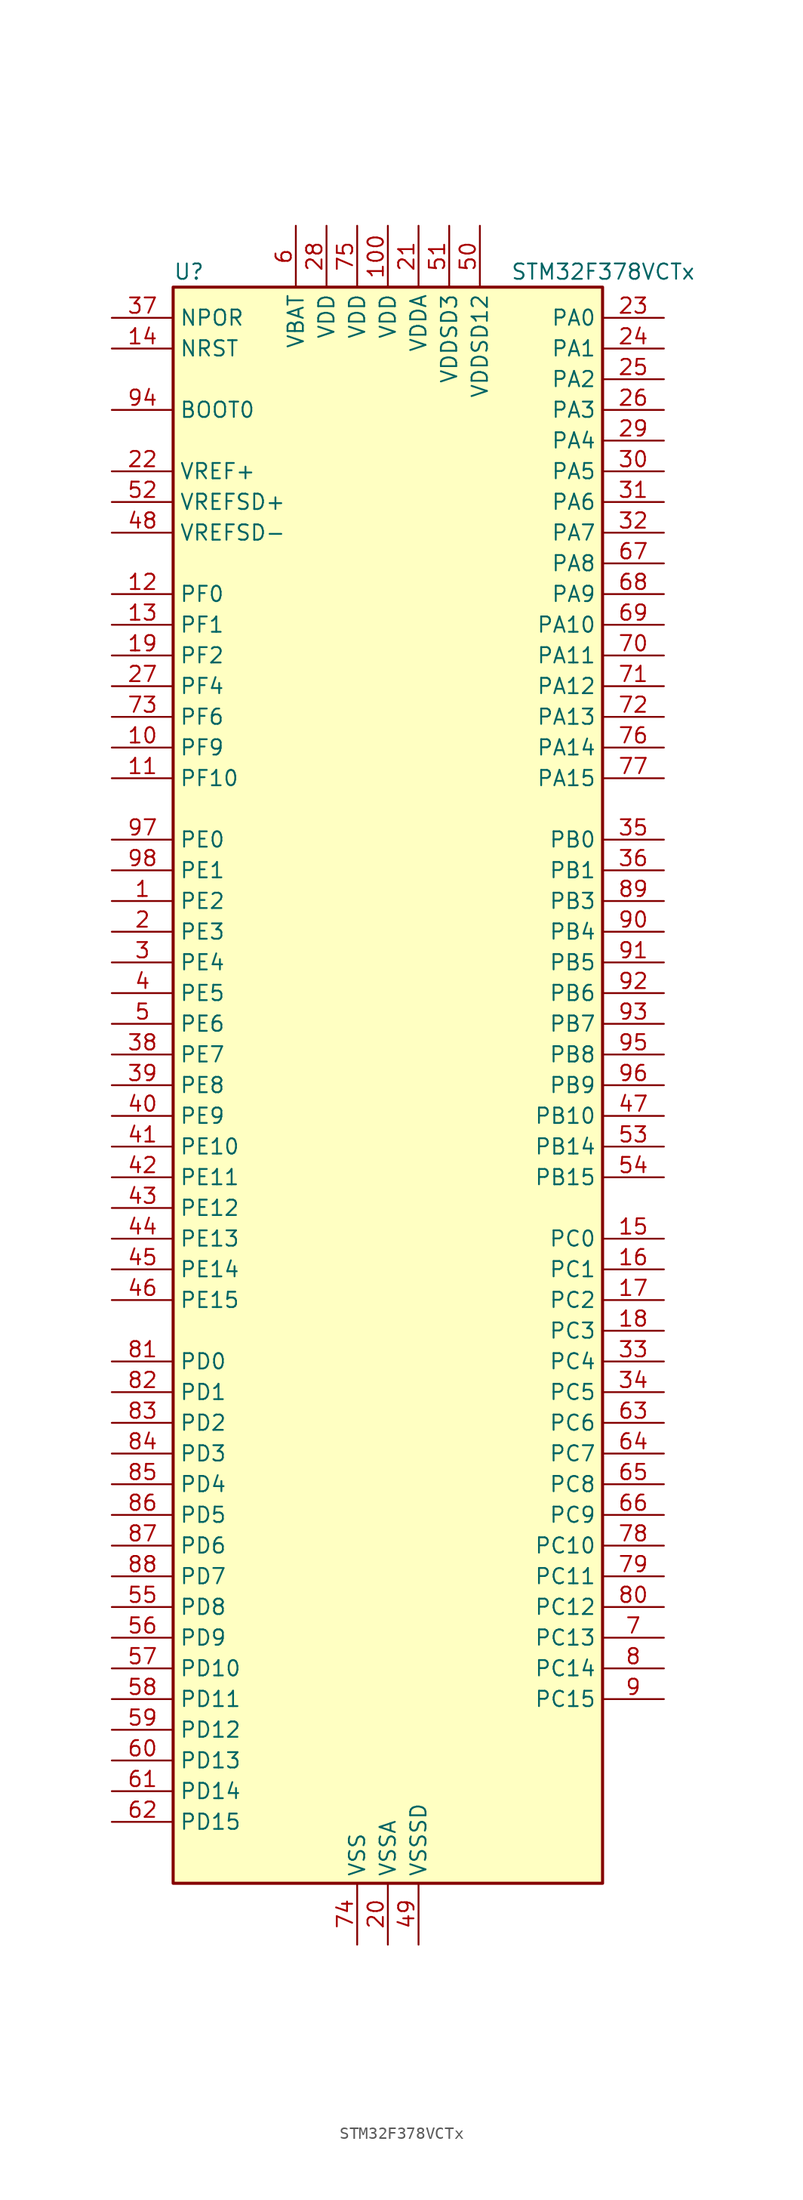
<source format=kicad_sym>
(kicad_symbol_lib
  (version 20231120)
  (generator "kicad_symbol_editor")
  (generator_version "8.0")
  (symbol "STM32F378VCTx"
    (property "Reference" "U"
      (at -17.78 67.31 0)
      (effects (font (size 1.27 1.27)) (justify left)))
    (property "Value" "STM32F378VCTx"
      (at 10.16 67.31 0)
      (effects (font (size 1.27 1.27)) (justify left)))
    (property "ki_locked" ""
      (at 0 0 0)
      (effects (font (size 1.27 1.27))))
    (symbol "STM32F378VCTx_0_1"
      (rectangle (start -17.78 -66.04) (end 17.78 66.04) (stroke (width 0.254) (type default)) (fill (type background))))
    (symbol "STM32F378VCTx_1_1"
      (pin bidirectional line (at -22.86 15.24 0) (length 5.08) (name "PE2" (effects (font (size 1.27 1.27)))) (number "1" (effects (font (size 1.27 1.27)))) (alternate "SYS_TRACECK" bidirectional line) (alternate "TSC_G7_IO1" bidirectional line))
      (pin bidirectional line (at -22.86 27.94 0) (length 5.08) (name "PF9" (effects (font (size 1.27 1.27)))) (number "10" (effects (font (size 1.27 1.27)))) (alternate "DAC1_EXTI9" bidirectional line) (alternate "DAC2_EXTI9" bidirectional line) (alternate "TIM14_CH1" bidirectional line))
      (pin power_in line (at 0 71.12 270) (length 5.08) (name "VDD" (effects (font (size 1.27 1.27)))) (number "100" (effects (font (size 1.27 1.27)))))
      (pin bidirectional line (at -22.86 25.4 0) (length 5.08) (name "PF10" (effects (font (size 1.27 1.27)))) (number "11" (effects (font (size 1.27 1.27)))))
      (pin bidirectional line (at -22.86 40.64 0) (length 5.08) (name "PF0" (effects (font (size 1.27 1.27)))) (number "12" (effects (font (size 1.27 1.27)))) (alternate "I2C2_SDA" bidirectional line) (alternate "RCC_OSC_IN" bidirectional line))
      (pin bidirectional line (at -22.86 38.1 0) (length 5.08) (name "PF1" (effects (font (size 1.27 1.27)))) (number "13" (effects (font (size 1.27 1.27)))) (alternate "I2C2_SCL" bidirectional line) (alternate "RCC_OSC_OUT" bidirectional line))
      (pin input line (at -22.86 60.96 0) (length 5.08) (name "NRST" (effects (font (size 1.27 1.27)))) (number "14" (effects (font (size 1.27 1.27)))))
      (pin bidirectional line (at 22.86 -12.7 180) (length 5.08) (name "PC0" (effects (font (size 1.27 1.27)))) (number "15" (effects (font (size 1.27 1.27)))) (alternate "ADC1_IN10" bidirectional line) (alternate "TIM5_CH1" bidirectional line) (alternate "TIM5_ETR" bidirectional line))
      (pin bidirectional line (at 22.86 -15.24 180) (length 5.08) (name "PC1" (effects (font (size 1.27 1.27)))) (number "16" (effects (font (size 1.27 1.27)))) (alternate "ADC1_IN11" bidirectional line) (alternate "TIM5_CH2" bidirectional line))
      (pin bidirectional line (at 22.86 -17.78 180) (length 5.08) (name "PC2" (effects (font (size 1.27 1.27)))) (number "17" (effects (font (size 1.27 1.27)))) (alternate "ADC1_IN12" bidirectional line) (alternate "I2S2_MCK" bidirectional line) (alternate "SPI2_MISO" bidirectional line) (alternate "TIM5_CH3" bidirectional line))
      (pin bidirectional line (at 22.86 -20.32 180) (length 5.08) (name "PC3" (effects (font (size 1.27 1.27)))) (number "18" (effects (font (size 1.27 1.27)))) (alternate "ADC1_IN13" bidirectional line) (alternate "I2S2_SD" bidirectional line) (alternate "SPI2_MOSI" bidirectional line) (alternate "TIM5_CH4" bidirectional line))
      (pin bidirectional line (at -22.86 35.56 0) (length 5.08) (name "PF2" (effects (font (size 1.27 1.27)))) (number "19" (effects (font (size 1.27 1.27)))) (alternate "I2C2_SMBA" bidirectional line))
      (pin bidirectional line (at -22.86 12.7 0) (length 5.08) (name "PE3" (effects (font (size 1.27 1.27)))) (number "2" (effects (font (size 1.27 1.27)))) (alternate "SYS_TRACED0" bidirectional line) (alternate "TSC_G7_IO2" bidirectional line))
      (pin power_in line (at 0 -71.12 90) (length 5.08) (name "VSSA" (effects (font (size 1.27 1.27)))) (number "20" (effects (font (size 1.27 1.27)))))
      (pin power_in line (at 2.54 71.12 270) (length 5.08) (name "VDDA" (effects (font (size 1.27 1.27)))) (number "21" (effects (font (size 1.27 1.27)))))
      (pin input line (at -22.86 50.8 0) (length 5.08) (name "VREF+" (effects (font (size 1.27 1.27)))) (number "22" (effects (font (size 1.27 1.27)))))
      (pin bidirectional line (at 22.86 63.5 180) (length 5.08) (name "PA0" (effects (font (size 1.27 1.27)))) (number "23" (effects (font (size 1.27 1.27)))) (alternate "ADC1_IN0" bidirectional line) (alternate "COMP1_INM" bidirectional line) (alternate "COMP1_OUT" bidirectional line) (alternate "RTC_TAMP2" bidirectional line) (alternate "SYS_WKUP1" bidirectional line) (alternate "TIM19_CH1" bidirectional line) (alternate "TIM2_CH1" bidirectional line) (alternate "TIM2_ETR" bidirectional line) (alternate "TIM5_CH1" bidirectional line) (alternate "TIM5_ETR" bidirectional line) (alternate "TSC_G1_IO1" bidirectional line) (alternate "USART2_CTS" bidirectional line))
      (pin bidirectional line (at 22.86 60.96 180) (length 5.08) (name "PA1" (effects (font (size 1.27 1.27)))) (number "24" (effects (font (size 1.27 1.27)))) (alternate "ADC1_IN1" bidirectional line) (alternate "COMP1_INP" bidirectional line) (alternate "I2S3_CK" bidirectional line) (alternate "RTC_REFIN" bidirectional line) (alternate "SPI3_SCK" bidirectional line) (alternate "TIM15_CH1N" bidirectional line) (alternate "TIM19_CH2" bidirectional line) (alternate "TIM2_CH2" bidirectional line) (alternate "TIM5_CH2" bidirectional line) (alternate "TSC_G1_IO2" bidirectional line) (alternate "USART2_DE" bidirectional line) (alternate "USART2_RTS" bidirectional line))
      (pin bidirectional line (at 22.86 58.42 180) (length 5.08) (name "PA2" (effects (font (size 1.27 1.27)))) (number "25" (effects (font (size 1.27 1.27)))) (alternate "ADC1_IN2" bidirectional line) (alternate "COMP2_INM" bidirectional line) (alternate "COMP2_OUT" bidirectional line) (alternate "I2S3_MCK" bidirectional line) (alternate "SPI3_MISO" bidirectional line) (alternate "TIM15_CH1" bidirectional line) (alternate "TIM19_CH3" bidirectional line) (alternate "TIM2_CH3" bidirectional line) (alternate "TIM5_CH3" bidirectional line) (alternate "TSC_G1_IO3" bidirectional line) (alternate "USART2_TX" bidirectional line))
      (pin bidirectional line (at 22.86 55.88 180) (length 5.08) (name "PA3" (effects (font (size 1.27 1.27)))) (number "26" (effects (font (size 1.27 1.27)))) (alternate "ADC1_IN3" bidirectional line) (alternate "COMP2_INP" bidirectional line) (alternate "I2S3_SD" bidirectional line) (alternate "SPI3_MOSI" bidirectional line) (alternate "TIM15_CH2" bidirectional line) (alternate "TIM19_CH4" bidirectional line) (alternate "TIM2_CH4" bidirectional line) (alternate "TIM5_CH4" bidirectional line) (alternate "TSC_G1_IO4" bidirectional line) (alternate "USART2_RX" bidirectional line))
      (pin bidirectional line (at -22.86 33.02 0) (length 5.08) (name "PF4" (effects (font (size 1.27 1.27)))) (number "27" (effects (font (size 1.27 1.27)))))
      (pin power_in line (at -5.08 71.12 270) (length 5.08) (name "VDD" (effects (font (size 1.27 1.27)))) (number "28" (effects (font (size 1.27 1.27)))))
      (pin bidirectional line (at 22.86 53.34 180) (length 5.08) (name "PA4" (effects (font (size 1.27 1.27)))) (number "29" (effects (font (size 1.27 1.27)))) (alternate "ADC1_IN4" bidirectional line) (alternate "DAC1_OUT1" bidirectional line) (alternate "I2S1_WS" bidirectional line) (alternate "I2S3_WS" bidirectional line) (alternate "SPI1_NSS" bidirectional line) (alternate "SPI3_NSS" bidirectional line) (alternate "TIM12_CH1" bidirectional line) (alternate "TIM3_CH2" bidirectional line) (alternate "TSC_G2_IO1" bidirectional line) (alternate "USART2_CK" bidirectional line))
      (pin bidirectional line (at -22.86 10.16 0) (length 5.08) (name "PE4" (effects (font (size 1.27 1.27)))) (number "3" (effects (font (size 1.27 1.27)))) (alternate "SYS_TRACED1" bidirectional line) (alternate "TSC_G7_IO3" bidirectional line))
      (pin bidirectional line (at 22.86 50.8 180) (length 5.08) (name "PA5" (effects (font (size 1.27 1.27)))) (number "30" (effects (font (size 1.27 1.27)))) (alternate "ADC1_IN5" bidirectional line) (alternate "CEC" bidirectional line) (alternate "DAC1_OUT2" bidirectional line) (alternate "I2S1_CK" bidirectional line) (alternate "SPI1_SCK" bidirectional line) (alternate "TIM12_CH2" bidirectional line) (alternate "TIM14_CH1" bidirectional line) (alternate "TIM2_CH1" bidirectional line) (alternate "TIM2_ETR" bidirectional line) (alternate "TSC_G2_IO2" bidirectional line))
      (pin bidirectional line (at 22.86 48.26 180) (length 5.08) (name "PA6" (effects (font (size 1.27 1.27)))) (number "31" (effects (font (size 1.27 1.27)))) (alternate "ADC1_IN6" bidirectional line) (alternate "COMP1_OUT" bidirectional line) (alternate "DAC2_OUT1" bidirectional line) (alternate "I2S1_MCK" bidirectional line) (alternate "SPI1_MISO" bidirectional line) (alternate "TIM13_CH1" bidirectional line) (alternate "TIM16_CH1" bidirectional line) (alternate "TIM3_CH1" bidirectional line) (alternate "TSC_G2_IO3" bidirectional line))
      (pin bidirectional line (at 22.86 45.72 180) (length 5.08) (name "PA7" (effects (font (size 1.27 1.27)))) (number "32" (effects (font (size 1.27 1.27)))) (alternate "ADC1_IN7" bidirectional line) (alternate "COMP2_OUT" bidirectional line) (alternate "I2S1_SD" bidirectional line) (alternate "SPI1_MOSI" bidirectional line) (alternate "TIM14_CH1" bidirectional line) (alternate "TIM17_CH1" bidirectional line) (alternate "TIM3_CH2" bidirectional line) (alternate "TSC_G2_IO4" bidirectional line))
      (pin bidirectional line (at 22.86 -22.86 180) (length 5.08) (name "PC4" (effects (font (size 1.27 1.27)))) (number "33" (effects (font (size 1.27 1.27)))) (alternate "ADC1_IN14" bidirectional line) (alternate "TIM13_CH1" bidirectional line) (alternate "TSC_G3_IO1" bidirectional line) (alternate "USART1_TX" bidirectional line))
      (pin bidirectional line (at 22.86 -25.4 180) (length 5.08) (name "PC5" (effects (font (size 1.27 1.27)))) (number "34" (effects (font (size 1.27 1.27)))) (alternate "ADC1_IN15" bidirectional line) (alternate "TSC_G3_IO2" bidirectional line) (alternate "USART1_RX" bidirectional line))
      (pin bidirectional line (at 22.86 20.32 180) (length 5.08) (name "PB0" (effects (font (size 1.27 1.27)))) (number "35" (effects (font (size 1.27 1.27)))) (alternate "ADC1_IN8" bidirectional line) (alternate "I2S1_SD" bidirectional line) (alternate "SDADC1_AIN6P" bidirectional line) (alternate "SPI1_MOSI" bidirectional line) (alternate "TIM3_CH2" bidirectional line) (alternate "TIM3_CH3" bidirectional line) (alternate "TSC_G3_IO3" bidirectional line))
      (pin bidirectional line (at 22.86 17.78 180) (length 5.08) (name "PB1" (effects (font (size 1.27 1.27)))) (number "36" (effects (font (size 1.27 1.27)))) (alternate "ADC1_IN9" bidirectional line) (alternate "SDADC1_AIN5P" bidirectional line) (alternate "SDADC1_AIN6M" bidirectional line) (alternate "TIM3_CH4" bidirectional line) (alternate "TSC_G3_IO4" bidirectional line))
      (pin input line (at -22.86 63.5 0) (length 5.08) (name "NPOR" (effects (font (size 1.27 1.27)))) (number "37" (effects (font (size 1.27 1.27)))))
      (pin bidirectional line (at -22.86 2.54 0) (length 5.08) (name "PE7" (effects (font (size 1.27 1.27)))) (number "38" (effects (font (size 1.27 1.27)))) (alternate "SDADC1_AIN3P" bidirectional line) (alternate "SDADC1_AIN4M" bidirectional line) (alternate "SDADC2_AIN5P" bidirectional line) (alternate "SDADC2_AIN6M" bidirectional line))
      (pin bidirectional line (at -22.86 0 0) (length 5.08) (name "PE8" (effects (font (size 1.27 1.27)))) (number "39" (effects (font (size 1.27 1.27)))) (alternate "SDADC1_AIN8P" bidirectional line) (alternate "SDADC2_AIN8P" bidirectional line))
      (pin bidirectional line (at -22.86 7.62 0) (length 5.08) (name "PE5" (effects (font (size 1.27 1.27)))) (number "4" (effects (font (size 1.27 1.27)))) (alternate "SYS_TRACED2" bidirectional line) (alternate "TSC_G7_IO4" bidirectional line))
      (pin bidirectional line (at -22.86 -2.54 0) (length 5.08) (name "PE9" (effects (font (size 1.27 1.27)))) (number "40" (effects (font (size 1.27 1.27)))) (alternate "DAC1_EXTI9" bidirectional line) (alternate "DAC2_EXTI9" bidirectional line) (alternate "SDADC1_AIN7P" bidirectional line) (alternate "SDADC1_AIN8M" bidirectional line) (alternate "SDADC2_AIN7P" bidirectional line) (alternate "SDADC2_AIN8M" bidirectional line))
      (pin bidirectional line (at -22.86 -5.08 0) (length 5.08) (name "PE10" (effects (font (size 1.27 1.27)))) (number "41" (effects (font (size 1.27 1.27)))) (alternate "SDADC1_AIN2P" bidirectional line))
      (pin bidirectional line (at -22.86 -7.62 0) (length 5.08) (name "PE11" (effects (font (size 1.27 1.27)))) (number "42" (effects (font (size 1.27 1.27)))) (alternate "ADC1_EXTI11" bidirectional line) (alternate "SDADC1_AIN1P" bidirectional line) (alternate "SDADC1_AIN2M" bidirectional line) (alternate "SDADC1_EXTI11" bidirectional line) (alternate "SDADC2_AIN4P" bidirectional line) (alternate "SDADC2_EXTI11" bidirectional line) (alternate "SDADC3_EXTI11" bidirectional line))
      (pin bidirectional line (at -22.86 -10.16 0) (length 5.08) (name "PE12" (effects (font (size 1.27 1.27)))) (number "43" (effects (font (size 1.27 1.27)))) (alternate "SDADC1_AIN0P" bidirectional line) (alternate "SDADC2_AIN3P" bidirectional line) (alternate "SDADC2_AIN4M" bidirectional line))
      (pin bidirectional line (at -22.86 -12.7 0) (length 5.08) (name "PE13" (effects (font (size 1.27 1.27)))) (number "44" (effects (font (size 1.27 1.27)))) (alternate "SDADC1_AIN0M" bidirectional line) (alternate "SDADC2_AIN2P" bidirectional line))
      (pin bidirectional line (at -22.86 -15.24 0) (length 5.08) (name "PE14" (effects (font (size 1.27 1.27)))) (number "45" (effects (font (size 1.27 1.27)))) (alternate "SDADC2_AIN1P" bidirectional line) (alternate "SDADC2_AIN2M" bidirectional line))
      (pin bidirectional line (at -22.86 -17.78 0) (length 5.08) (name "PE15" (effects (font (size 1.27 1.27)))) (number "46" (effects (font (size 1.27 1.27)))) (alternate "ADC1_EXTI15" bidirectional line) (alternate "SDADC1_EXTI15" bidirectional line) (alternate "SDADC2_AIN0P" bidirectional line) (alternate "SDADC2_EXTI15" bidirectional line) (alternate "SDADC3_EXTI15" bidirectional line) (alternate "USART3_RX" bidirectional line))
      (pin bidirectional line (at 22.86 -2.54 180) (length 5.08) (name "PB10" (effects (font (size 1.27 1.27)))) (number "47" (effects (font (size 1.27 1.27)))) (alternate "CEC" bidirectional line) (alternate "I2S2_CK" bidirectional line) (alternate "SDADC2_AIN0M" bidirectional line) (alternate "SPI2_SCK" bidirectional line) (alternate "TIM2_CH3" bidirectional line) (alternate "TSC_SYNC" bidirectional line) (alternate "USART3_TX" bidirectional line))
      (pin input line (at -22.86 45.72 0) (length 5.08) (name "VREFSD-" (effects (font (size 1.27 1.27)))) (number "48" (effects (font (size 1.27 1.27)))))
      (pin power_in line (at 2.54 -71.12 90) (length 5.08) (name "VSSSD" (effects (font (size 1.27 1.27)))) (number "49" (effects (font (size 1.27 1.27)))))
      (pin bidirectional line (at -22.86 5.08 0) (length 5.08) (name "PE6" (effects (font (size 1.27 1.27)))) (number "5" (effects (font (size 1.27 1.27)))) (alternate "RTC_TAMP3" bidirectional line) (alternate "SYS_TRACED3" bidirectional line) (alternate "SYS_WKUP3" bidirectional line))
      (pin power_in line (at 7.62 71.12 270) (length 5.08) (name "VDDSD12" (effects (font (size 1.27 1.27)))) (number "50" (effects (font (size 1.27 1.27)))))
      (pin power_in line (at 5.08 71.12 270) (length 5.08) (name "VDDSD3" (effects (font (size 1.27 1.27)))) (number "51" (effects (font (size 1.27 1.27)))))
      (pin input line (at -22.86 48.26 0) (length 5.08) (name "VREFSD+" (effects (font (size 1.27 1.27)))) (number "52" (effects (font (size 1.27 1.27)))))
      (pin bidirectional line (at 22.86 -5.08 180) (length 5.08) (name "PB14" (effects (font (size 1.27 1.27)))) (number "53" (effects (font (size 1.27 1.27)))) (alternate "I2S2_MCK" bidirectional line) (alternate "SDADC3_AIN8P" bidirectional line) (alternate "SPI2_MISO" bidirectional line) (alternate "TIM12_CH1" bidirectional line) (alternate "TIM15_CH1" bidirectional line) (alternate "TSC_G6_IO1" bidirectional line) (alternate "USART3_DE" bidirectional line) (alternate "USART3_RTS" bidirectional line))
      (pin bidirectional line (at 22.86 -7.62 180) (length 5.08) (name "PB15" (effects (font (size 1.27 1.27)))) (number "54" (effects (font (size 1.27 1.27)))) (alternate "ADC1_EXTI15" bidirectional line) (alternate "I2S2_SD" bidirectional line) (alternate "RTC_REFIN" bidirectional line) (alternate "SDADC1_EXTI15" bidirectional line) (alternate "SDADC2_EXTI15" bidirectional line) (alternate "SDADC3_AIN7P" bidirectional line) (alternate "SDADC3_AIN8M" bidirectional line) (alternate "SDADC3_EXTI15" bidirectional line) (alternate "SPI2_MOSI" bidirectional line) (alternate "TIM12_CH2" bidirectional line) (alternate "TIM15_CH1N" bidirectional line) (alternate "TIM15_CH2" bidirectional line) (alternate "TSC_G6_IO2" bidirectional line))
      (pin bidirectional line (at -22.86 -43.18 0) (length 5.08) (name "PD8" (effects (font (size 1.27 1.27)))) (number "55" (effects (font (size 1.27 1.27)))) (alternate "I2S2_CK" bidirectional line) (alternate "SDADC3_AIN6P" bidirectional line) (alternate "SPI2_SCK" bidirectional line) (alternate "TSC_G6_IO3" bidirectional line) (alternate "USART3_TX" bidirectional line))
      (pin bidirectional line (at -22.86 -45.72 0) (length 5.08) (name "PD9" (effects (font (size 1.27 1.27)))) (number "56" (effects (font (size 1.27 1.27)))) (alternate "DAC1_EXTI9" bidirectional line) (alternate "DAC2_EXTI9" bidirectional line) (alternate "SDADC3_AIN5P" bidirectional line) (alternate "SDADC3_AIN6M" bidirectional line) (alternate "TSC_G6_IO4" bidirectional line) (alternate "USART3_RX" bidirectional line))
      (pin bidirectional line (at -22.86 -48.26 0) (length 5.08) (name "PD10" (effects (font (size 1.27 1.27)))) (number "57" (effects (font (size 1.27 1.27)))) (alternate "SDADC3_AIN4P" bidirectional line) (alternate "USART3_CK" bidirectional line))
      (pin bidirectional line (at -22.86 -50.8 0) (length 5.08) (name "PD11" (effects (font (size 1.27 1.27)))) (number "58" (effects (font (size 1.27 1.27)))) (alternate "ADC1_EXTI11" bidirectional line) (alternate "SDADC1_EXTI11" bidirectional line) (alternate "SDADC2_EXTI11" bidirectional line) (alternate "SDADC3_AIN3P" bidirectional line) (alternate "SDADC3_AIN4M" bidirectional line) (alternate "SDADC3_EXTI11" bidirectional line) (alternate "USART3_CTS" bidirectional line))
      (pin bidirectional line (at -22.86 -53.34 0) (length 5.08) (name "PD12" (effects (font (size 1.27 1.27)))) (number "59" (effects (font (size 1.27 1.27)))) (alternate "SDADC3_AIN2P" bidirectional line) (alternate "TIM4_CH1" bidirectional line) (alternate "TSC_G8_IO1" bidirectional line) (alternate "USART3_DE" bidirectional line) (alternate "USART3_RTS" bidirectional line))
      (pin power_in line (at -7.62 71.12 270) (length 5.08) (name "VBAT" (effects (font (size 1.27 1.27)))) (number "6" (effects (font (size 1.27 1.27)))))
      (pin bidirectional line (at -22.86 -55.88 0) (length 5.08) (name "PD13" (effects (font (size 1.27 1.27)))) (number "60" (effects (font (size 1.27 1.27)))) (alternate "SDADC3_AIN1P" bidirectional line) (alternate "SDADC3_AIN2M" bidirectional line) (alternate "TIM4_CH2" bidirectional line) (alternate "TSC_G8_IO2" bidirectional line))
      (pin bidirectional line (at -22.86 -58.42 0) (length 5.08) (name "PD14" (effects (font (size 1.27 1.27)))) (number "61" (effects (font (size 1.27 1.27)))) (alternate "SDADC3_AIN0P" bidirectional line) (alternate "TIM4_CH3" bidirectional line) (alternate "TSC_G8_IO3" bidirectional line))
      (pin bidirectional line (at -22.86 -60.96 0) (length 5.08) (name "PD15" (effects (font (size 1.27 1.27)))) (number "62" (effects (font (size 1.27 1.27)))) (alternate "ADC1_EXTI15" bidirectional line) (alternate "SDADC1_EXTI15" bidirectional line) (alternate "SDADC2_EXTI15" bidirectional line) (alternate "SDADC3_AIN0M" bidirectional line) (alternate "SDADC3_EXTI15" bidirectional line) (alternate "TIM4_CH4" bidirectional line) (alternate "TSC_G8_IO4" bidirectional line))
      (pin bidirectional line (at 22.86 -27.94 180) (length 5.08) (name "PC6" (effects (font (size 1.27 1.27)))) (number "63" (effects (font (size 1.27 1.27)))) (alternate "I2S1_WS" bidirectional line) (alternate "SPI1_NSS" bidirectional line) (alternate "TIM3_CH1" bidirectional line))
      (pin bidirectional line (at 22.86 -30.48 180) (length 5.08) (name "PC7" (effects (font (size 1.27 1.27)))) (number "64" (effects (font (size 1.27 1.27)))) (alternate "I2S1_CK" bidirectional line) (alternate "SPI1_SCK" bidirectional line) (alternate "TIM3_CH2" bidirectional line))
      (pin bidirectional line (at 22.86 -33.02 180) (length 5.08) (name "PC8" (effects (font (size 1.27 1.27)))) (number "65" (effects (font (size 1.27 1.27)))) (alternate "I2S1_MCK" bidirectional line) (alternate "SPI1_MISO" bidirectional line) (alternate "TIM3_CH3" bidirectional line))
      (pin bidirectional line (at 22.86 -35.56 180) (length 5.08) (name "PC9" (effects (font (size 1.27 1.27)))) (number "66" (effects (font (size 1.27 1.27)))) (alternate "DAC1_EXTI9" bidirectional line) (alternate "DAC2_EXTI9" bidirectional line) (alternate "I2S1_SD" bidirectional line) (alternate "SPI1_MOSI" bidirectional line) (alternate "TIM3_CH4" bidirectional line))
      (pin bidirectional line (at 22.86 43.18 180) (length 5.08) (name "PA8" (effects (font (size 1.27 1.27)))) (number "67" (effects (font (size 1.27 1.27)))) (alternate "I2C2_SMBA" bidirectional line) (alternate "I2S2_CK" bidirectional line) (alternate "RCC_MCO" bidirectional line) (alternate "SPI2_SCK" bidirectional line) (alternate "TIM4_ETR" bidirectional line) (alternate "TIM5_CH1" bidirectional line) (alternate "TIM5_ETR" bidirectional line) (alternate "USART1_CK" bidirectional line))
      (pin bidirectional line (at 22.86 40.64 180) (length 5.08) (name "PA9" (effects (font (size 1.27 1.27)))) (number "68" (effects (font (size 1.27 1.27)))) (alternate "DAC1_EXTI9" bidirectional line) (alternate "DAC2_EXTI9" bidirectional line) (alternate "I2C2_SCL" bidirectional line) (alternate "I2S2_MCK" bidirectional line) (alternate "SPI2_MISO" bidirectional line) (alternate "TIM13_CH1" bidirectional line) (alternate "TIM15_BKIN" bidirectional line) (alternate "TIM2_CH3" bidirectional line) (alternate "TSC_G4_IO1" bidirectional line) (alternate "USART1_TX" bidirectional line))
      (pin bidirectional line (at 22.86 38.1 180) (length 5.08) (name "PA10" (effects (font (size 1.27 1.27)))) (number "69" (effects (font (size 1.27 1.27)))) (alternate "I2C2_SDA" bidirectional line) (alternate "I2S2_SD" bidirectional line) (alternate "SPI2_MOSI" bidirectional line) (alternate "TIM14_CH1" bidirectional line) (alternate "TIM17_BKIN" bidirectional line) (alternate "TIM2_CH4" bidirectional line) (alternate "TSC_G4_IO2" bidirectional line) (alternate "USART1_RX" bidirectional line))
      (pin bidirectional line (at 22.86 -45.72 180) (length 5.08) (name "PC13" (effects (font (size 1.27 1.27)))) (number "7" (effects (font (size 1.27 1.27)))) (alternate "RTC_OUT_ALARM" bidirectional line) (alternate "RTC_OUT_CALIB" bidirectional line) (alternate "RTC_TAMP1" bidirectional line) (alternate "RTC_TS" bidirectional line) (alternate "SYS_WKUP2" bidirectional line))
      (pin bidirectional line (at 22.86 35.56 180) (length 5.08) (name "PA11" (effects (font (size 1.27 1.27)))) (number "70" (effects (font (size 1.27 1.27)))) (alternate "ADC1_EXTI11" bidirectional line) (alternate "CAN_RX" bidirectional line) (alternate "COMP1_OUT" bidirectional line) (alternate "I2S1_WS" bidirectional line) (alternate "I2S2_WS" bidirectional line) (alternate "SDADC1_EXTI11" bidirectional line) (alternate "SDADC2_EXTI11" bidirectional line) (alternate "SDADC3_EXTI11" bidirectional line) (alternate "SPI1_NSS" bidirectional line) (alternate "SPI2_NSS" bidirectional line) (alternate "TIM4_CH1" bidirectional line) (alternate "TIM5_CH2" bidirectional line) (alternate "USART1_CTS" bidirectional line))
      (pin bidirectional line (at 22.86 33.02 180) (length 5.08) (name "PA12" (effects (font (size 1.27 1.27)))) (number "71" (effects (font (size 1.27 1.27)))) (alternate "CAN_TX" bidirectional line) (alternate "COMP2_OUT" bidirectional line) (alternate "I2S1_CK" bidirectional line) (alternate "SPI1_SCK" bidirectional line) (alternate "TIM16_CH1" bidirectional line) (alternate "TIM4_CH2" bidirectional line) (alternate "TIM5_CH3" bidirectional line) (alternate "USART1_DE" bidirectional line) (alternate "USART1_RTS" bidirectional line))
      (pin bidirectional line (at 22.86 30.48 180) (length 5.08) (name "PA13" (effects (font (size 1.27 1.27)))) (number "72" (effects (font (size 1.27 1.27)))) (alternate "I2S1_MCK" bidirectional line) (alternate "IR_OUT" bidirectional line) (alternate "SPI1_MISO" bidirectional line) (alternate "SYS_JTMS-SWDIO" bidirectional line) (alternate "TIM16_CH1N" bidirectional line) (alternate "TIM4_CH3" bidirectional line) (alternate "TIM5_CH4" bidirectional line) (alternate "TSC_G4_IO3" bidirectional line) (alternate "USART3_CTS" bidirectional line))
      (pin bidirectional line (at -22.86 30.48 0) (length 5.08) (name "PF6" (effects (font (size 1.27 1.27)))) (number "73" (effects (font (size 1.27 1.27)))) (alternate "I2C2_SCL" bidirectional line) (alternate "I2S1_SD" bidirectional line) (alternate "SPI1_MOSI" bidirectional line) (alternate "TIM4_CH4" bidirectional line) (alternate "USART3_DE" bidirectional line) (alternate "USART3_RTS" bidirectional line))
      (pin power_in line (at -2.54 -71.12 90) (length 5.08) (name "VSS" (effects (font (size 1.27 1.27)))) (number "74" (effects (font (size 1.27 1.27)))))
      (pin power_in line (at -2.54 71.12 270) (length 5.08) (name "VDD" (effects (font (size 1.27 1.27)))) (number "75" (effects (font (size 1.27 1.27)))))
      (pin bidirectional line (at 22.86 27.94 180) (length 5.08) (name "PA14" (effects (font (size 1.27 1.27)))) (number "76" (effects (font (size 1.27 1.27)))) (alternate "I2C1_SDA" bidirectional line) (alternate "SYS_JTCK-SWCLK" bidirectional line) (alternate "TIM12_CH1" bidirectional line) (alternate "TSC_G4_IO4" bidirectional line))
      (pin bidirectional line (at 22.86 25.4 180) (length 5.08) (name "PA15" (effects (font (size 1.27 1.27)))) (number "77" (effects (font (size 1.27 1.27)))) (alternate "ADC1_EXTI15" bidirectional line) (alternate "I2C1_SCL" bidirectional line) (alternate "I2S1_WS" bidirectional line) (alternate "I2S3_WS" bidirectional line) (alternate "SDADC1_EXTI15" bidirectional line) (alternate "SDADC2_EXTI15" bidirectional line) (alternate "SDADC3_EXTI15" bidirectional line) (alternate "SPI1_NSS" bidirectional line) (alternate "SPI3_NSS" bidirectional line) (alternate "SYS_JTDI" bidirectional line) (alternate "TIM12_CH2" bidirectional line) (alternate "TIM2_CH1" bidirectional line) (alternate "TIM2_ETR" bidirectional line) (alternate "TSC_SYNC" bidirectional line))
      (pin bidirectional line (at 22.86 -38.1 180) (length 5.08) (name "PC10" (effects (font (size 1.27 1.27)))) (number "78" (effects (font (size 1.27 1.27)))) (alternate "I2S3_CK" bidirectional line) (alternate "SPI3_SCK" bidirectional line) (alternate "TIM19_CH1" bidirectional line) (alternate "USART3_TX" bidirectional line))
      (pin bidirectional line (at 22.86 -40.64 180) (length 5.08) (name "PC11" (effects (font (size 1.27 1.27)))) (number "79" (effects (font (size 1.27 1.27)))) (alternate "ADC1_EXTI11" bidirectional line) (alternate "I2S3_MCK" bidirectional line) (alternate "SDADC1_EXTI11" bidirectional line) (alternate "SDADC2_EXTI11" bidirectional line) (alternate "SDADC3_EXTI11" bidirectional line) (alternate "SPI3_MISO" bidirectional line) (alternate "TIM19_CH2" bidirectional line) (alternate "USART3_RX" bidirectional line))
      (pin bidirectional line (at 22.86 -48.26 180) (length 5.08) (name "PC14" (effects (font (size 1.27 1.27)))) (number "8" (effects (font (size 1.27 1.27)))) (alternate "RCC_OSC32_IN" bidirectional line))
      (pin bidirectional line (at 22.86 -43.18 180) (length 5.08) (name "PC12" (effects (font (size 1.27 1.27)))) (number "80" (effects (font (size 1.27 1.27)))) (alternate "I2S3_SD" bidirectional line) (alternate "SPI3_MOSI" bidirectional line) (alternate "TIM19_CH3" bidirectional line) (alternate "USART3_CK" bidirectional line))
      (pin bidirectional line (at -22.86 -22.86 0) (length 5.08) (name "PD0" (effects (font (size 1.27 1.27)))) (number "81" (effects (font (size 1.27 1.27)))) (alternate "CAN_RX" bidirectional line) (alternate "TIM19_CH4" bidirectional line))
      (pin bidirectional line (at -22.86 -25.4 0) (length 5.08) (name "PD1" (effects (font (size 1.27 1.27)))) (number "82" (effects (font (size 1.27 1.27)))) (alternate "CAN_TX" bidirectional line) (alternate "TIM19_ETR" bidirectional line))
      (pin bidirectional line (at -22.86 -27.94 0) (length 5.08) (name "PD2" (effects (font (size 1.27 1.27)))) (number "83" (effects (font (size 1.27 1.27)))) (alternate "TIM3_ETR" bidirectional line))
      (pin bidirectional line (at -22.86 -30.48 0) (length 5.08) (name "PD3" (effects (font (size 1.27 1.27)))) (number "84" (effects (font (size 1.27 1.27)))) (alternate "I2S2_MCK" bidirectional line) (alternate "SPI2_MISO" bidirectional line) (alternate "USART2_CTS" bidirectional line))
      (pin bidirectional line (at -22.86 -33.02 0) (length 5.08) (name "PD4" (effects (font (size 1.27 1.27)))) (number "85" (effects (font (size 1.27 1.27)))) (alternate "I2S2_SD" bidirectional line) (alternate "SPI2_MOSI" bidirectional line) (alternate "USART2_DE" bidirectional line) (alternate "USART2_RTS" bidirectional line))
      (pin bidirectional line (at -22.86 -35.56 0) (length 5.08) (name "PD5" (effects (font (size 1.27 1.27)))) (number "86" (effects (font (size 1.27 1.27)))) (alternate "USART2_TX" bidirectional line))
      (pin bidirectional line (at -22.86 -38.1 0) (length 5.08) (name "PD6" (effects (font (size 1.27 1.27)))) (number "87" (effects (font (size 1.27 1.27)))) (alternate "I2S2_WS" bidirectional line) (alternate "SPI2_NSS" bidirectional line) (alternate "USART2_RX" bidirectional line))
      (pin bidirectional line (at -22.86 -40.64 0) (length 5.08) (name "PD7" (effects (font (size 1.27 1.27)))) (number "88" (effects (font (size 1.27 1.27)))) (alternate "I2S2_CK" bidirectional line) (alternate "SPI2_SCK" bidirectional line) (alternate "USART2_CK" bidirectional line))
      (pin bidirectional line (at 22.86 15.24 180) (length 5.08) (name "PB3" (effects (font (size 1.27 1.27)))) (number "89" (effects (font (size 1.27 1.27)))) (alternate "I2S1_CK" bidirectional line) (alternate "I2S3_CK" bidirectional line) (alternate "SPI1_SCK" bidirectional line) (alternate "SPI3_SCK" bidirectional line) (alternate "SYS_JTDO-TRACESWO" bidirectional line) (alternate "TIM13_CH1" bidirectional line) (alternate "TIM2_CH2" bidirectional line) (alternate "TIM3_ETR" bidirectional line) (alternate "TIM4_ETR" bidirectional line) (alternate "TSC_G5_IO1" bidirectional line) (alternate "USART2_TX" bidirectional line))
      (pin bidirectional line (at 22.86 -50.8 180) (length 5.08) (name "PC15" (effects (font (size 1.27 1.27)))) (number "9" (effects (font (size 1.27 1.27)))) (alternate "ADC1_EXTI15" bidirectional line) (alternate "RCC_OSC32_OUT" bidirectional line) (alternate "SDADC1_EXTI15" bidirectional line) (alternate "SDADC2_EXTI15" bidirectional line) (alternate "SDADC3_EXTI15" bidirectional line))
      (pin bidirectional line (at 22.86 12.7 180) (length 5.08) (name "PB4" (effects (font (size 1.27 1.27)))) (number "90" (effects (font (size 1.27 1.27)))) (alternate "I2S1_MCK" bidirectional line) (alternate "I2S3_MCK" bidirectional line) (alternate "SPI1_MISO" bidirectional line) (alternate "SPI3_MISO" bidirectional line) (alternate "SYS_NJTRST" bidirectional line) (alternate "TIM15_CH1N" bidirectional line) (alternate "TIM16_CH1" bidirectional line) (alternate "TIM17_BKIN" bidirectional line) (alternate "TIM3_CH1" bidirectional line) (alternate "TSC_G5_IO2" bidirectional line) (alternate "USART2_RX" bidirectional line))
      (pin bidirectional line (at 22.86 10.16 180) (length 5.08) (name "PB5" (effects (font (size 1.27 1.27)))) (number "91" (effects (font (size 1.27 1.27)))) (alternate "I2C1_SMBA" bidirectional line) (alternate "I2S1_SD" bidirectional line) (alternate "I2S3_SD" bidirectional line) (alternate "SPI1_MOSI" bidirectional line) (alternate "SPI3_MOSI" bidirectional line) (alternate "TIM16_BKIN" bidirectional line) (alternate "TIM17_CH1" bidirectional line) (alternate "TIM19_ETR" bidirectional line) (alternate "TIM3_CH2" bidirectional line) (alternate "USART2_CK" bidirectional line))
      (pin bidirectional line (at 22.86 7.62 180) (length 5.08) (name "PB6" (effects (font (size 1.27 1.27)))) (number "92" (effects (font (size 1.27 1.27)))) (alternate "I2C1_SCL" bidirectional line) (alternate "TIM15_CH1" bidirectional line) (alternate "TIM16_CH1N" bidirectional line) (alternate "TIM19_CH1" bidirectional line) (alternate "TIM3_CH3" bidirectional line) (alternate "TIM4_CH1" bidirectional line) (alternate "TSC_G5_IO3" bidirectional line) (alternate "USART1_TX" bidirectional line))
      (pin bidirectional line (at 22.86 5.08 180) (length 5.08) (name "PB7" (effects (font (size 1.27 1.27)))) (number "93" (effects (font (size 1.27 1.27)))) (alternate "I2C1_SDA" bidirectional line) (alternate "TIM15_CH2" bidirectional line) (alternate "TIM17_CH1N" bidirectional line) (alternate "TIM19_CH2" bidirectional line) (alternate "TIM3_CH4" bidirectional line) (alternate "TIM4_CH2" bidirectional line) (alternate "TSC_G5_IO4" bidirectional line) (alternate "USART1_RX" bidirectional line))
      (pin input line (at -22.86 55.88 0) (length 5.08) (name "BOOT0" (effects (font (size 1.27 1.27)))) (number "94" (effects (font (size 1.27 1.27)))))
      (pin bidirectional line (at 22.86 2.54 180) (length 5.08) (name "PB8" (effects (font (size 1.27 1.27)))) (number "95" (effects (font (size 1.27 1.27)))) (alternate "CAN_RX" bidirectional line) (alternate "CEC" bidirectional line) (alternate "COMP1_OUT" bidirectional line) (alternate "I2C1_SCL" bidirectional line) (alternate "I2S2_CK" bidirectional line) (alternate "SPI2_SCK" bidirectional line) (alternate "TIM16_CH1" bidirectional line) (alternate "TIM19_CH3" bidirectional line) (alternate "TIM4_CH3" bidirectional line) (alternate "TSC_SYNC" bidirectional line) (alternate "USART3_TX" bidirectional line))
      (pin bidirectional line (at 22.86 0 180) (length 5.08) (name "PB9" (effects (font (size 1.27 1.27)))) (number "96" (effects (font (size 1.27 1.27)))) (alternate "CAN_TX" bidirectional line) (alternate "COMP2_OUT" bidirectional line) (alternate "DAC1_EXTI9" bidirectional line) (alternate "DAC2_EXTI9" bidirectional line) (alternate "I2C1_SDA" bidirectional line) (alternate "I2S2_WS" bidirectional line) (alternate "IR_OUT" bidirectional line) (alternate "SPI2_NSS" bidirectional line) (alternate "TIM17_CH1" bidirectional line) (alternate "TIM19_CH4" bidirectional line) (alternate "TIM4_CH4" bidirectional line) (alternate "USART3_RX" bidirectional line))
      (pin bidirectional line (at -22.86 20.32 0) (length 5.08) (name "PE0" (effects (font (size 1.27 1.27)))) (number "97" (effects (font (size 1.27 1.27)))) (alternate "TIM4_ETR" bidirectional line) (alternate "USART1_TX" bidirectional line))
      (pin bidirectional line (at -22.86 17.78 0) (length 5.08) (name "PE1" (effects (font (size 1.27 1.27)))) (number "98" (effects (font (size 1.27 1.27)))) (alternate "USART1_RX" bidirectional line))
      (pin passive line (at -2.54 -71.12 90) (length 5.08) hide (name "VSS" (effects (font (size 1.27 1.27)))) (number "99" (effects (font (size 1.27 1.27))))))))
</source>
